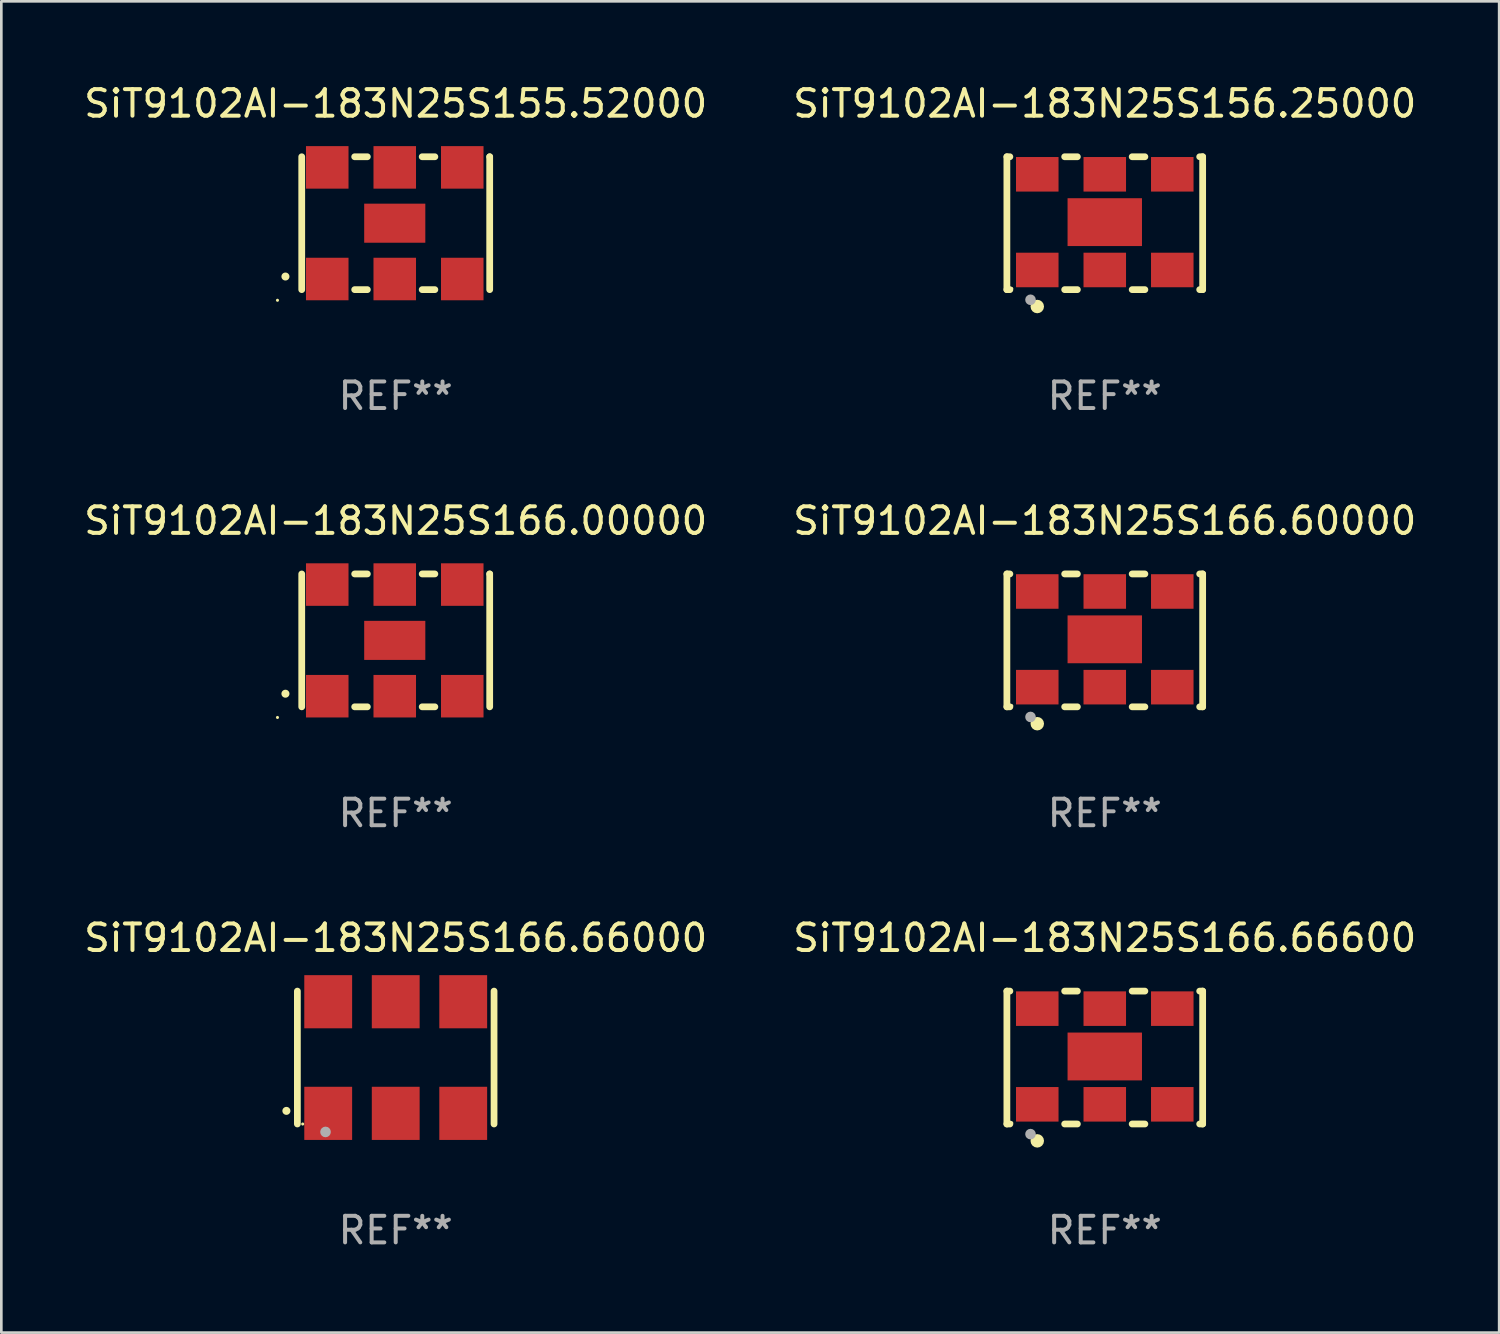
<source format=kicad_pcb>
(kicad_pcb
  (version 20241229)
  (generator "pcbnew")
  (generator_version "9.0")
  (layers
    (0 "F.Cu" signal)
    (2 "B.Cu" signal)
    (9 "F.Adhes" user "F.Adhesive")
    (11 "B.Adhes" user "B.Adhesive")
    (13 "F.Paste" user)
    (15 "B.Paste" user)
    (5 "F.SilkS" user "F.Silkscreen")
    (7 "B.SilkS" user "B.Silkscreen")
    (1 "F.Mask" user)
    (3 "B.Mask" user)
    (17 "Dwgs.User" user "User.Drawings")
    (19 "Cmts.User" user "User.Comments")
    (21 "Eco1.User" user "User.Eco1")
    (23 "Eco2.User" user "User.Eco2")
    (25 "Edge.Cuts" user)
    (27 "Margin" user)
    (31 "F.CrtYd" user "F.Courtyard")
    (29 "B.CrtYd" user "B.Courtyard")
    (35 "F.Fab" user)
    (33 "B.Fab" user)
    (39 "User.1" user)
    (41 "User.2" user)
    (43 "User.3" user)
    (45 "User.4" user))
  (footprint "SiT9102AI-183N25S166.00000"
    (layer "F.Cu")
    (at 11.839 21.045)
    (property "Reference" "SiT9102AI-183N25S166.00000" (at 0 -4.5 0) (layer "F.SilkS") (effects (font (size 1 1) (thickness 0.15))))
    (attr through_hole)
    (fp_line (start -3.536 -2.5) (end -3.536 2.5) (stroke (width 0.254) (type solid)) (layer "F.SilkS"))
    (fp_line (start -1.544 2.5) (end -1.067 2.5) (stroke (width 0.254) (type solid)) (layer "F.SilkS"))
    (fp_line (start -1.067 -2.5) (end -1.544 -2.5) (stroke (width 0.254) (type solid)) (layer "F.SilkS"))
    (fp_line (start 0.996 2.5) (end 1.473 2.5) (stroke (width 0.254) (type solid)) (layer "F.SilkS"))
    (fp_line (start 1.473 -2.5) (end 0.996 -2.5) (stroke (width 0.254) (type solid)) (layer "F.SilkS"))
    (fp_line (start 3.536 -2.5) (end 3.536 -2.5) (stroke (width 0.254) (type solid)) (layer "F.SilkS"))
    (fp_line (start 3.536 2.5) (end 3.536 -2.5) (stroke (width 0.254) (type solid)) (layer "F.SilkS"))
    (fp_arc (start -4.150432 2.006604) (mid -4.149162 2.006599) (end -4.147892 2.006604) (stroke (width 0.3) (type solid)) (layer "F.SilkS"))
    (fp_circle (center -4.449 2.9) (end -4.419 2.9) (stroke (width 0.06) (type solid)) (fill no) (layer "F.SilkS"))
    (fp_text user "REF**" (at 0 6.5 0) (layer "F.Fab") (effects (font (size 1 1) (thickness 0.15))))
    (pad "1" smd rect (at -2.576 2.1) (size 1.6 1.6) (layers "F.Cu" "F.Mask" "F.Paste"))
    (pad "2" smd rect (at -0.036 2.1) (size 1.6 1.6) (layers "F.Cu" "F.Mask" "F.Paste"))
    (pad "3" smd rect (at 2.504 2.1) (size 1.6 1.6) (layers "F.Cu" "F.Mask" "F.Paste"))
    (pad "4" smd rect (at 2.504 -2.1) (size 1.6 1.6) (layers "F.Cu" "F.Mask" "F.Paste"))
    (pad "5" smd rect (at -0.036 -2.1) (size 1.6 1.6) (layers "F.Cu" "F.Mask" "F.Paste"))
    (pad "6" smd rect (at -2.576 -2.1) (size 1.6 1.6) (layers "F.Cu" "F.Mask" "F.Paste"))
    (pad "7" smd rect (at -0.036 0) (size 2.3 1.47) (layers "F.Cu" "F.Mask" "F.Paste")))
  (footprint "SiT9102AI-183N25S166.66600"
    (layer "F.Cu")
    (at 38.518 36.741)
    (property "Reference" "SiT9102AI-183N25S166.66600" (at 0 -4.5 0) (layer "F.SilkS") (effects (font (size 1 1) (thickness 0.15))))
    (attr through_hole)
    (fp_line (start -3.683 -2.5) (end -3.571 -2.5) (stroke (width 0.254) (type solid)) (layer "F.SilkS"))
    (fp_line (start -3.683 2.5) (end -3.683 -2.5) (stroke (width 0.254) (type solid)) (layer "F.SilkS"))
    (fp_line (start -3.683 2.5) (end -3.571 2.5) (stroke (width 0.254) (type solid)) (layer "F.SilkS"))
    (fp_line (start -1.509 -2.5) (end -1.031 -2.5) (stroke (width 0.254) (type solid)) (layer "F.SilkS"))
    (fp_line (start -1.509 2.5) (end -1.031 2.5) (stroke (width 0.254) (type solid)) (layer "F.SilkS"))
    (fp_line (start 1.031 -2.5) (end 1.509 -2.5) (stroke (width 0.254) (type solid)) (layer "F.SilkS"))
    (fp_line (start 1.031 2.5) (end 1.509 2.5) (stroke (width 0.254) (type solid)) (layer "F.SilkS"))
    (fp_line (start 3.571 -2.5) (end 3.683 -2.5) (stroke (width 0.254) (type solid)) (layer "F.SilkS"))
    (fp_line (start 3.571 2.5) (end 3.683 2.5) (stroke (width 0.254) (type solid)) (layer "F.SilkS"))
    (fp_line (start 3.683 2.5) (end 3.683 -2.5) (stroke (width 0.254) (type solid)) (layer "F.SilkS"))
    (fp_circle (center -3.5 2.46) (end -3.47 2.46) (stroke (width 0.06) (type solid)) (fill no) (layer "F.SilkS"))
    (fp_circle (center -2.54 3.135) (end -2.413 3.135) (stroke (width 0.254) (type solid)) (fill no) (layer "F.SilkS"))
    (fp_circle (center -2.794 2.881) (end -2.694 2.881) (stroke (width 0.2) (type solid)) (fill no) (layer "F.Fab"))
    (fp_text user "REF**" (at 0 6.5 0) (layer "F.Fab") (effects (font (size 1 1) (thickness 0.15))))
    (pad "1" smd rect (at -2.54 1.76) (size 1.6 1.3) (layers "F.Cu" "F.Mask" "F.Paste"))
    (pad "2" smd rect (at 0 1.76) (size 1.6 1.3) (layers "F.Cu" "F.Mask" "F.Paste"))
    (pad "3" smd rect (at 2.54 1.76) (size 1.6 1.3) (layers "F.Cu" "F.Mask" "F.Paste"))
    (pad "4" smd rect (at 2.54 -1.84) (size 1.6 1.3) (layers "F.Cu" "F.Mask" "F.Paste"))
    (pad "5" smd rect (at 0 -1.84) (size 1.6 1.3) (layers "F.Cu" "F.Mask" "F.Paste"))
    (pad "6" smd rect (at -2.54 -1.84) (size 1.6 1.3) (layers "F.Cu" "F.Mask" "F.Paste"))
    (pad "7" smd rect (at 0 -0.04) (size 2.8 1.8) (layers "F.Cu" "F.Mask" "F.Paste")))
  (footprint "SiT9102AI-183N25S166.60000"
    (layer "F.Cu")
    (at 38.518 21.045)
    (property "Reference" "SiT9102AI-183N25S166.60000" (at 0 -4.5 0) (layer "F.SilkS") (effects (font (size 1 1) (thickness 0.15))))
    (attr through_hole)
    (fp_line (start -3.683 -2.5) (end -3.571 -2.5) (stroke (width 0.254) (type solid)) (layer "F.SilkS"))
    (fp_line (start -3.683 2.5) (end -3.683 -2.5) (stroke (width 0.254) (type solid)) (layer "F.SilkS"))
    (fp_line (start -3.683 2.5) (end -3.571 2.5) (stroke (width 0.254) (type solid)) (layer "F.SilkS"))
    (fp_line (start -1.509 -2.5) (end -1.031 -2.5) (stroke (width 0.254) (type solid)) (layer "F.SilkS"))
    (fp_line (start -1.509 2.5) (end -1.031 2.5) (stroke (width 0.254) (type solid)) (layer "F.SilkS"))
    (fp_line (start 1.031 -2.5) (end 1.509 -2.5) (stroke (width 0.254) (type solid)) (layer "F.SilkS"))
    (fp_line (start 1.031 2.5) (end 1.509 2.5) (stroke (width 0.254) (type solid)) (layer "F.SilkS"))
    (fp_line (start 3.571 -2.5) (end 3.683 -2.5) (stroke (width 0.254) (type solid)) (layer "F.SilkS"))
    (fp_line (start 3.571 2.5) (end 3.683 2.5) (stroke (width 0.254) (type solid)) (layer "F.SilkS"))
    (fp_line (start 3.683 2.5) (end 3.683 -2.5) (stroke (width 0.254) (type solid)) (layer "F.SilkS"))
    (fp_circle (center -3.5 2.46) (end -3.47 2.46) (stroke (width 0.06) (type solid)) (fill no) (layer "F.SilkS"))
    (fp_circle (center -2.54 3.135) (end -2.413 3.135) (stroke (width 0.254) (type solid)) (fill no) (layer "F.SilkS"))
    (fp_circle (center -2.794 2.881) (end -2.694 2.881) (stroke (width 0.2) (type solid)) (fill no) (layer "F.Fab"))
    (fp_text user "REF**" (at 0 6.5 0) (layer "F.Fab") (effects (font (size 1 1) (thickness 0.15))))
    (pad "1" smd rect (at -2.54 1.76) (size 1.6 1.3) (layers "F.Cu" "F.Mask" "F.Paste"))
    (pad "2" smd rect (at 0 1.76) (size 1.6 1.3) (layers "F.Cu" "F.Mask" "F.Paste"))
    (pad "3" smd rect (at 2.54 1.76) (size 1.6 1.3) (layers "F.Cu" "F.Mask" "F.Paste"))
    (pad "4" smd rect (at 2.54 -1.84) (size 1.6 1.3) (layers "F.Cu" "F.Mask" "F.Paste"))
    (pad "5" smd rect (at 0 -1.84) (size 1.6 1.3) (layers "F.Cu" "F.Mask" "F.Paste"))
    (pad "6" smd rect (at -2.54 -1.84) (size 1.6 1.3) (layers "F.Cu" "F.Mask" "F.Paste"))
    (pad "7" smd rect (at 0 -0.04) (size 2.8 1.8) (layers "F.Cu" "F.Mask" "F.Paste")))
  (footprint "SiT9102AI-183N25S166.66000"
    (layer "F.Cu")
    (at 11.839 36.741)
    (property "Reference" "SiT9102AI-183N25S166.66000" (at 0 -4.5 0) (layer "F.SilkS") (effects (font (size 1 1) (thickness 0.15))))
    (attr through_hole)
    (fp_line (start -3.7 -2.5) (end -3.7 2.5) (stroke (width 0.254) (type solid)) (layer "F.SilkS"))
    (fp_line (start 3.7 -2.5) (end 3.7 2.5) (stroke (width 0.254) (type solid)) (layer "F.SilkS"))
    (fp_arc (start -4.114415 2.006604) (mid -4.113145 2.006599) (end -4.111875 2.006604) (stroke (width 0.3) (type solid)) (layer "F.SilkS"))
    (fp_circle (center -3.5 2.501) (end -3.47 2.501) (stroke (width 0.06) (type solid)) (fill no) (layer "F.SilkS"))
    (fp_circle (center -2.641 2.799) (end -2.541 2.799) (stroke (width 0.2) (type solid)) (fill no) (layer "F.Fab"))
    (fp_text user "REF**" (at 0 6.5 0) (layer "F.Fab") (effects (font (size 1 1) (thickness 0.15))))
    (pad "1" smd rect (at -2.54 2.1) (size 1.8 2) (layers "F.Cu" "F.Mask" "F.Paste"))
    (pad "2" smd rect (at 0.000394 2.1) (size 1.8 2) (layers "F.Cu" "F.Mask" "F.Paste"))
    (pad "3" smd rect (at 2.54 2.1) (size 1.8 2) (layers "F.Cu" "F.Mask" "F.Paste"))
    (pad "4" smd rect (at 2.54 -2.1) (size 1.8 2) (layers "F.Cu" "F.Mask" "F.Paste"))
    (pad "5" smd rect (at 0.000394 -2.1) (size 1.8 2) (layers "F.Cu" "F.Mask" "F.Paste"))
    (pad "6" smd rect (at -2.54 -2.1) (size 1.8 2) (layers "F.Cu" "F.Mask" "F.Paste")))
  (footprint "SiT9102AI-183N25S155.52000"
    (layer "F.Cu")
    (at 11.839 5.348)
    (property "Reference" "SiT9102AI-183N25S155.52000" (at 0 -4.5 0) (layer "F.SilkS") (effects (font (size 1 1) (thickness 0.15))))
    (attr through_hole)
    (fp_line (start -3.536 -2.5) (end -3.536 2.5) (stroke (width 0.254) (type solid)) (layer "F.SilkS"))
    (fp_line (start -1.544 2.5) (end -1.067 2.5) (stroke (width 0.254) (type solid)) (layer "F.SilkS"))
    (fp_line (start -1.067 -2.5) (end -1.544 -2.5) (stroke (width 0.254) (type solid)) (layer "F.SilkS"))
    (fp_line (start 0.996 2.5) (end 1.473 2.5) (stroke (width 0.254) (type solid)) (layer "F.SilkS"))
    (fp_line (start 1.473 -2.5) (end 0.996 -2.5) (stroke (width 0.254) (type solid)) (layer "F.SilkS"))
    (fp_line (start 3.536 -2.5) (end 3.536 -2.5) (stroke (width 0.254) (type solid)) (layer "F.SilkS"))
    (fp_line (start 3.536 2.5) (end 3.536 -2.5) (stroke (width 0.254) (type solid)) (layer "F.SilkS"))
    (fp_arc (start -4.150432 2.006604) (mid -4.149162 2.006599) (end -4.147892 2.006604) (stroke (width 0.3) (type solid)) (layer "F.SilkS"))
    (fp_circle (center -4.449 2.9) (end -4.419 2.9) (stroke (width 0.06) (type solid)) (fill no) (layer "F.SilkS"))
    (fp_text user "REF**" (at 0 6.5 0) (layer "F.Fab") (effects (font (size 1 1) (thickness 0.15))))
    (pad "1" smd rect (at -2.576 2.1) (size 1.6 1.6) (layers "F.Cu" "F.Mask" "F.Paste"))
    (pad "2" smd rect (at -0.036 2.1) (size 1.6 1.6) (layers "F.Cu" "F.Mask" "F.Paste"))
    (pad "3" smd rect (at 2.504 2.1) (size 1.6 1.6) (layers "F.Cu" "F.Mask" "F.Paste"))
    (pad "4" smd rect (at 2.504 -2.1) (size 1.6 1.6) (layers "F.Cu" "F.Mask" "F.Paste"))
    (pad "5" smd rect (at -0.036 -2.1) (size 1.6 1.6) (layers "F.Cu" "F.Mask" "F.Paste"))
    (pad "6" smd rect (at -2.576 -2.1) (size 1.6 1.6) (layers "F.Cu" "F.Mask" "F.Paste"))
    (pad "7" smd rect (at -0.036 0) (size 2.3 1.47) (layers "F.Cu" "F.Mask" "F.Paste")))
  (footprint "SiT9102AI-183N25S156.25000"
    (layer "F.Cu")
    (at 38.518 5.348)
    (property "Reference" "SiT9102AI-183N25S156.25000" (at 0 -4.5 0) (layer "F.SilkS") (effects (font (size 1 1) (thickness 0.15))))
    (attr through_hole)
    (fp_line (start -3.683 -2.5) (end -3.571 -2.5) (stroke (width 0.254) (type solid)) (layer "F.SilkS"))
    (fp_line (start -3.683 2.5) (end -3.683 -2.5) (stroke (width 0.254) (type solid)) (layer "F.SilkS"))
    (fp_line (start -3.683 2.5) (end -3.571 2.5) (stroke (width 0.254) (type solid)) (layer "F.SilkS"))
    (fp_line (start -1.509 -2.5) (end -1.031 -2.5) (stroke (width 0.254) (type solid)) (layer "F.SilkS"))
    (fp_line (start -1.509 2.5) (end -1.031 2.5) (stroke (width 0.254) (type solid)) (layer "F.SilkS"))
    (fp_line (start 1.031 -2.5) (end 1.509 -2.5) (stroke (width 0.254) (type solid)) (layer "F.SilkS"))
    (fp_line (start 1.031 2.5) (end 1.509 2.5) (stroke (width 0.254) (type solid)) (layer "F.SilkS"))
    (fp_line (start 3.571 -2.5) (end 3.683 -2.5) (stroke (width 0.254) (type solid)) (layer "F.SilkS"))
    (fp_line (start 3.571 2.5) (end 3.683 2.5) (stroke (width 0.254) (type solid)) (layer "F.SilkS"))
    (fp_line (start 3.683 2.5) (end 3.683 -2.5) (stroke (width 0.254) (type solid)) (layer "F.SilkS"))
    (fp_circle (center -3.5 2.46) (end -3.47 2.46) (stroke (width 0.06) (type solid)) (fill no) (layer "F.SilkS"))
    (fp_circle (center -2.54 3.135) (end -2.413 3.135) (stroke (width 0.254) (type solid)) (fill no) (layer "F.SilkS"))
    (fp_circle (center -2.794 2.881) (end -2.694 2.881) (stroke (width 0.2) (type solid)) (fill no) (layer "F.Fab"))
    (fp_text user "REF**" (at 0 6.5 0) (layer "F.Fab") (effects (font (size 1 1) (thickness 0.15))))
    (pad "1" smd rect (at -2.54 1.76) (size 1.6 1.3) (layers "F.Cu" "F.Mask" "F.Paste"))
    (pad "2" smd rect (at 0 1.76) (size 1.6 1.3) (layers "F.Cu" "F.Mask" "F.Paste"))
    (pad "3" smd rect (at 2.54 1.76) (size 1.6 1.3) (layers "F.Cu" "F.Mask" "F.Paste"))
    (pad "4" smd rect (at 2.54 -1.84) (size 1.6 1.3) (layers "F.Cu" "F.Mask" "F.Paste"))
    (pad "5" smd rect (at 0 -1.84) (size 1.6 1.3) (layers "F.Cu" "F.Mask" "F.Paste"))
    (pad "6" smd rect (at -2.54 -1.84) (size 1.6 1.3) (layers "F.Cu" "F.Mask" "F.Paste"))
    (pad "7" smd rect (at 0 -0.04) (size 2.8 1.8) (layers "F.Cu" "F.Mask" "F.Paste")))
  (gr_rect
    (start -3 -3)
    (end 53.357 47.09)
    (stroke (width 0.1) (type default))
    (fill no)
    (layer "Edge.Cuts")))
</source>
